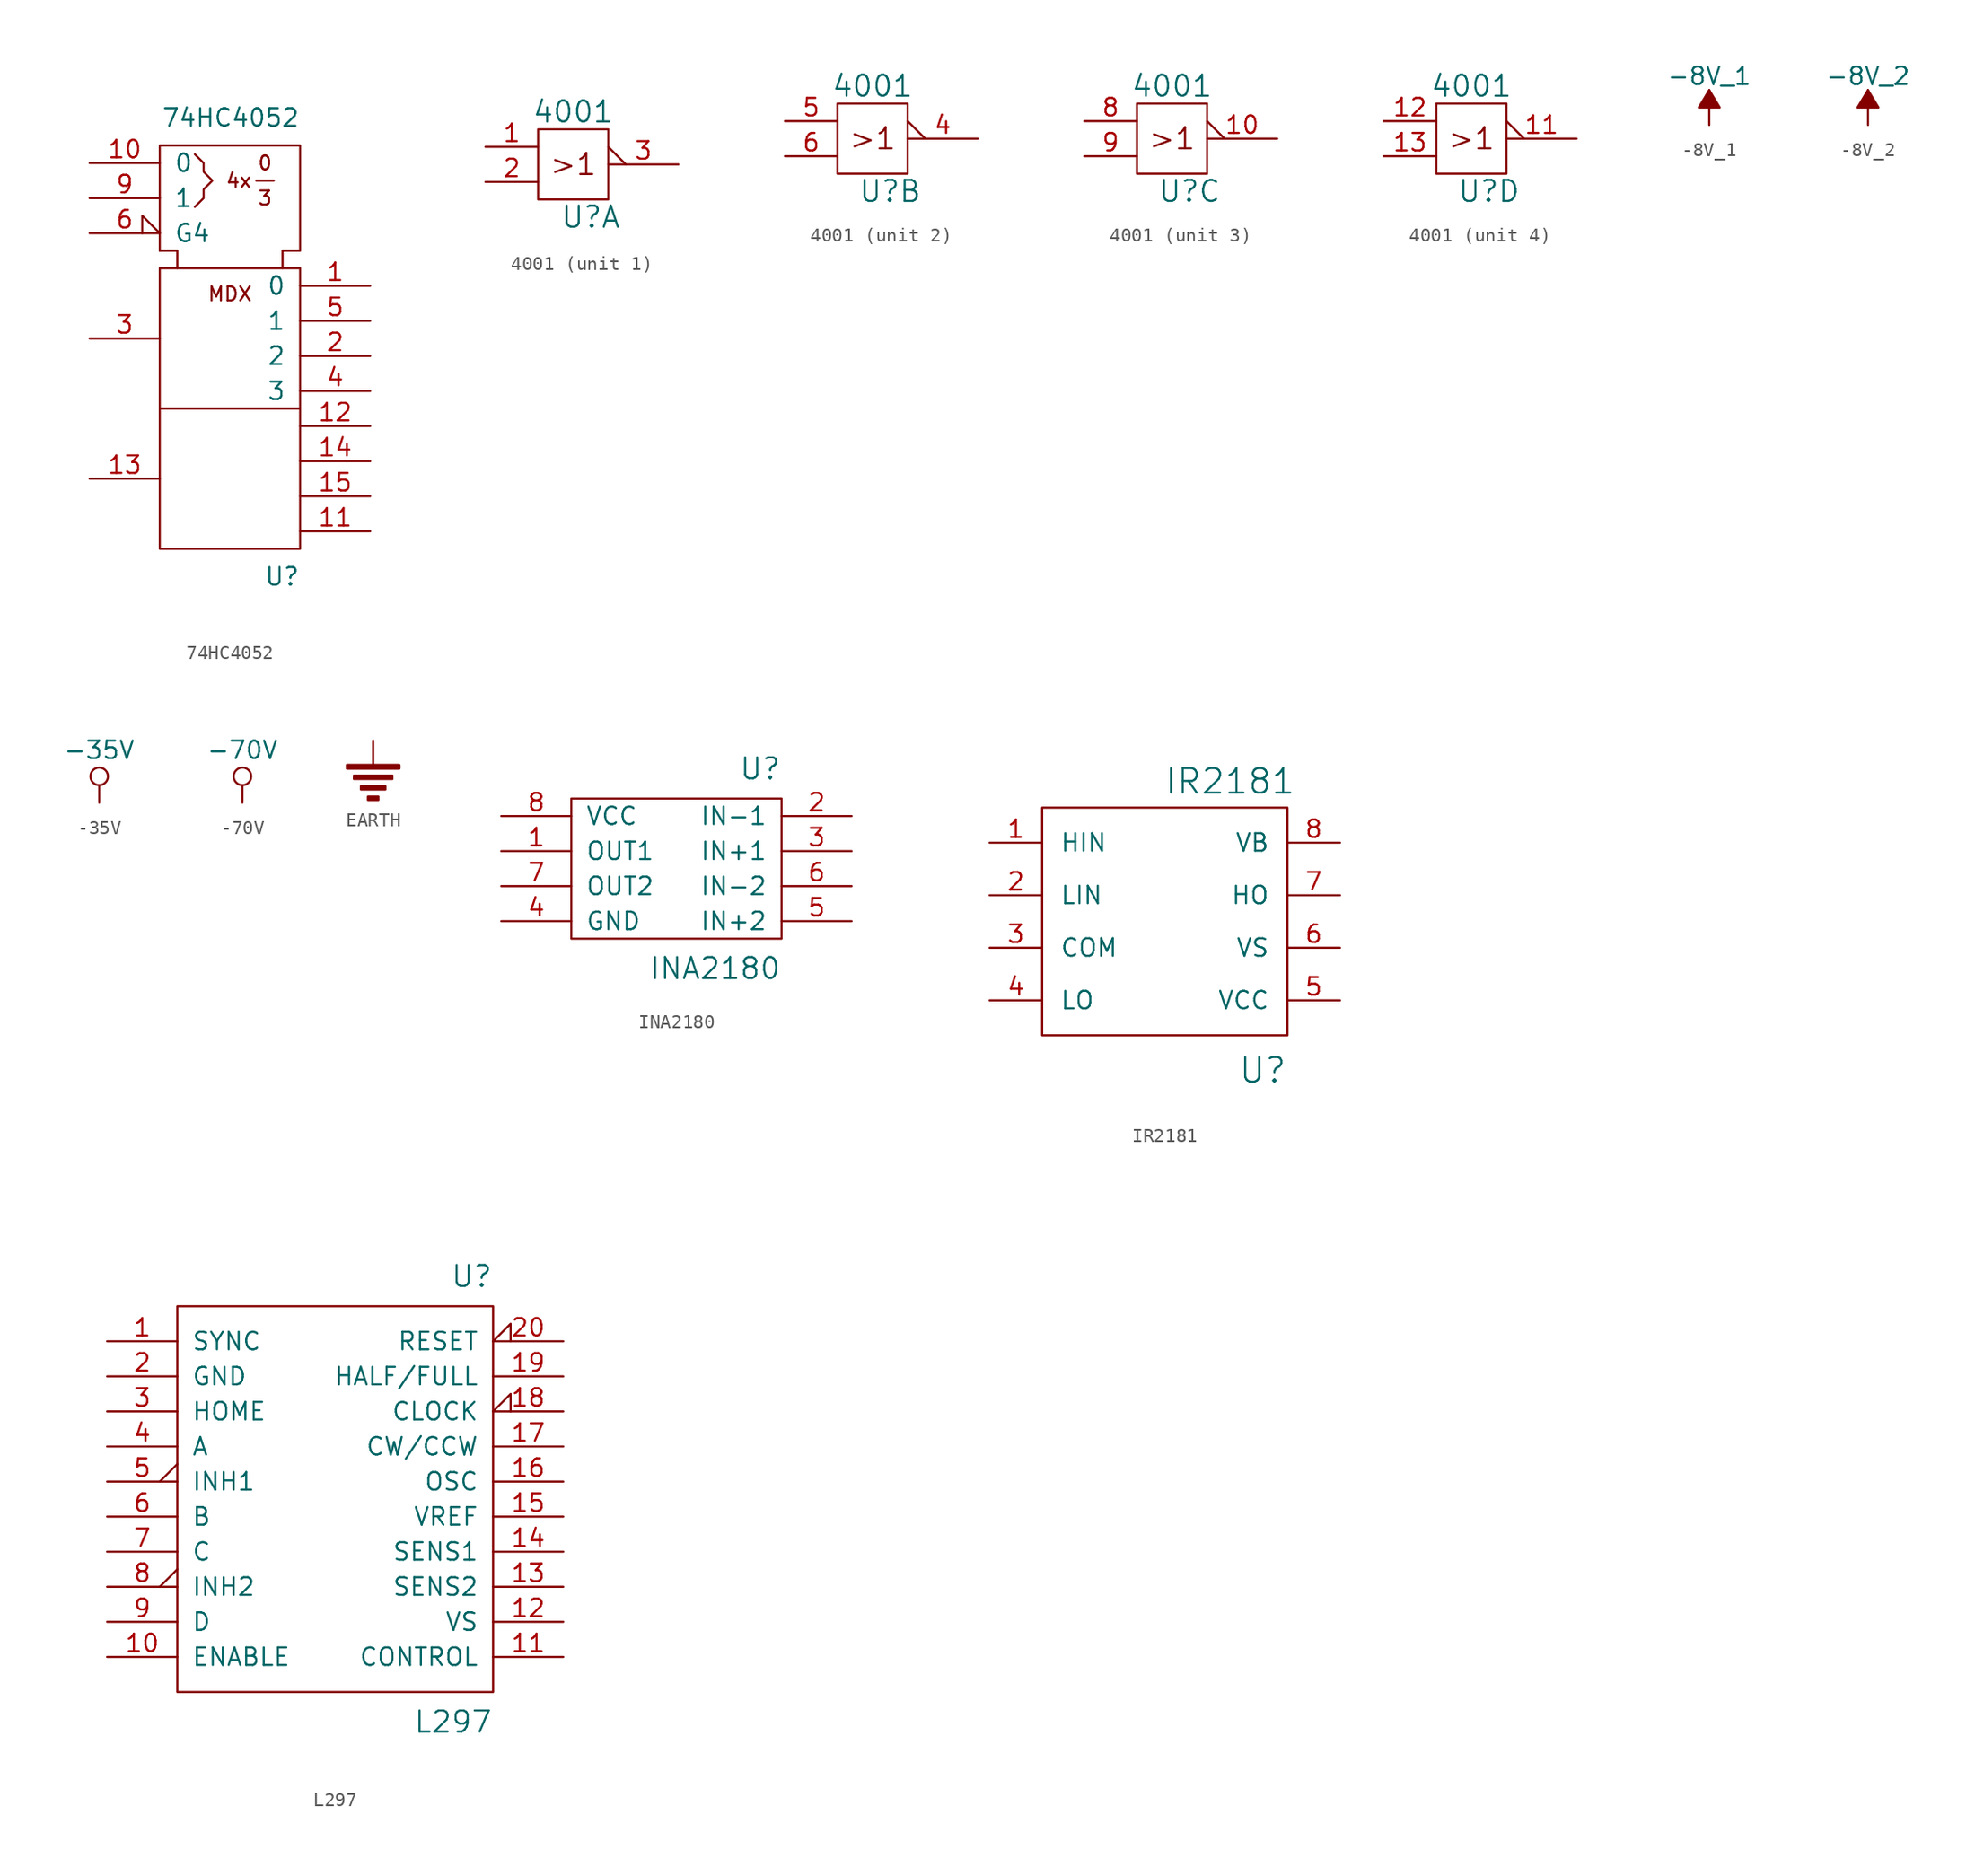
<source format=kicad_sym>
(kicad_symbol_lib
  (version 20211014)
  (generator kicad_symbol_editor)
  (symbol "74HC4052"
    (pin_names
      (offset 1.016))
    (property "Reference" "U"
      (at 5.08 -19.05 0)
      (effects (font (size 1.27 1.27)) (justify right top)))
    (property "Value" "74HC4052"
      (at 5.08 12.7 0)
      (effects (font (size 1.27 1.27)) (justify right bottom)))
    (symbol "74HC4052_0_0"
      (polyline (pts (xy -5.08 -7.62) (xy 5.08 -7.62)) (stroke (width 0) (type default) (color 0 0 0 0)) (fill (type none)))
      (polyline (pts (xy 1.905 8.89) (xy 3.175 8.89)) (stroke (width 0) (type default) (color 0 0 0 0)) (fill (type none)))
      (polyline (pts (xy -2.54 10.795) (xy -1.905 10.16) (xy -1.905 9.525) (xy -1.27 8.89) (xy -1.905 8.255) (xy -1.905 7.62) (xy -2.54 6.985)) (stroke (width 0) (type default) (color 0 0 0 0)) (fill (type none)))
      (text "0" (at 2.54 10.16 0) (effects (font (size 1.016 1.016))))
      (text "3" (at 2.54 7.62 0) (effects (font (size 1.016 1.016))))
      (text "4x" (at 0.635 8.89 0) (effects (font (size 1.016 1.016))))
      (text "MDX" (at 0 1.27 0) (effects (font (size 1.016 1.016)) (justify top))))
    (symbol "74HC4052_0_1"
      (rectangle (start -5.08 2.54) (end 5.08 -17.78) (stroke (width 0) (type default) (color 0 0 0 0)) (fill (type none)))
      (polyline (pts (xy -5.08 3.81) (xy -3.81 3.81) (xy -3.81 2.54)) (stroke (width 0) (type default) (color 0 0 0 0)) (fill (type none)))
      (polyline (pts (xy -5.08 3.81) (xy -5.08 11.43) (xy 5.08 11.43) (xy 5.08 3.81) (xy 3.81 3.81) (xy 3.81 2.54)) (stroke (width 0) (type default) (color 0 0 0 0)) (fill (type none))))
    (symbol "74HC4052_1_1"
      (pin bidirectional line (at 10.16 1.27 180) (length 5.08) (name "0" (effects (font (size 1.27 1.27)))) (number "1" (effects (font (size 1.27 1.27)))))
      (pin input line (at -10.16 10.16 0) (length 5.08) (name "0" (effects (font (size 1.27 1.27)))) (number "10" (effects (font (size 1.27 1.27)))))
      (pin bidirectional line (at 10.16 -16.51 180) (length 5.08) (name "~" (effects (font (size 1.27 1.27)))) (number "11" (effects (font (size 1.27 1.27)))))
      (pin bidirectional line (at 10.16 -8.89 180) (length 5.08) (name "~" (effects (font (size 1.27 1.27)))) (number "12" (effects (font (size 1.27 1.27)))))
      (pin bidirectional line (at -10.16 -12.7 0) (length 5.08) (name "~" (effects (font (size 1.27 1.27)))) (number "13" (effects (font (size 1.27 1.27)))))
      (pin bidirectional line (at 10.16 -11.43 180) (length 5.08) (name "~" (effects (font (size 1.27 1.27)))) (number "14" (effects (font (size 1.27 1.27)))))
      (pin bidirectional line (at 10.16 -13.97 180) (length 5.08) (name "~" (effects (font (size 1.27 1.27)))) (number "15" (effects (font (size 1.27 1.27)))))
      (pin power_in line (at -5.08 -5.08 0) (length 0) hide (name "VDD" (effects (font (size 1.27 1.27)))) (number "16" (effects (font (size 1.27 1.27)))))
      (pin bidirectional line (at 10.16 -3.81 180) (length 5.08) (name "2" (effects (font (size 1.27 1.27)))) (number "2" (effects (font (size 1.27 1.27)))))
      (pin bidirectional line (at -10.16 -2.54 0) (length 5.08) (name "~" (effects (font (size 1.27 1.27)))) (number "3" (effects (font (size 1.27 1.27)))))
      (pin bidirectional line (at 10.16 -6.35 180) (length 5.08) (name "3" (effects (font (size 1.27 1.27)))) (number "4" (effects (font (size 1.27 1.27)))))
      (pin bidirectional line (at 10.16 -1.27 180) (length 5.08) (name "1" (effects (font (size 1.27 1.27)))) (number "5" (effects (font (size 1.27 1.27)))))
      (pin input input_low (at -10.16 5.08 0) (length 5.08) (name "G4" (effects (font (size 1.27 1.27)))) (number "6" (effects (font (size 1.27 1.27)))))
      (pin power_out line (at -5.08 -9.525 0) (length 0) hide (name "VEE" (effects (font (size 1.27 1.27)))) (number "7" (effects (font (size 1.27 1.27)))))
      (pin power_out line (at -5.08 -15.24 0) (length 0) hide (name "VSS" (effects (font (size 1.27 1.27)))) (number "8" (effects (font (size 1.27 1.27)))))
      (pin input line (at -10.16 7.62 0) (length 5.08) (name "1" (effects (font (size 1.27 1.27)))) (number "9" (effects (font (size 1.27 1.27)))))))
  (symbol "4001"
    (pin_names
      (offset 1.016) hide)
    (property "Reference" "U"
      (at 1.27 -3.81 0)
      (effects (font (size 1.524 1.524))))
    (property "Value" "4001"
      (at 0 3.81 0)
      (effects (font (size 1.524 1.524))))
    (property "Footprint" ""
      (at 0 0 0)
      (effects (font (size 1.524 1.524))))
    (property "Datasheet" ""
      (at 0 0 0)
      (effects (font (size 1.524 1.524))))
    (symbol "4001_0_0"
      (text ">1" (at 0 0 0) (effects (font (size 1.524 1.524)))))
    (symbol "4001_0_1"
      (rectangle (start -2.54 2.54) (end 2.54 -2.54) (stroke (width 0) (type default) (color 0 0 0 0)) (fill (type none))))
    (symbol "4001_1_1"
      (pin input line (at -6.35 1.27 0) (length 3.81) (name "I7" (effects (font (size 1.27 1.27)))) (number "1" (effects (font (size 1.27 1.27)))))
      (pin power_in line (at -2.54 6.35 180) (length 0) hide (name "VDD" (effects (font (size 1.27 1.27)))) (number "14" (effects (font (size 1.27 1.27)))))
      (pin input line (at -6.35 -1.27 0) (length 3.81) (name "I8" (effects (font (size 1.27 1.27)))) (number "2" (effects (font (size 1.27 1.27)))))
      (pin input output_low (at 7.62 0 180) (length 5.08) (name "O4" (effects (font (size 1.27 1.27)))) (number "3" (effects (font (size 1.27 1.27)))))
      (pin power_in line (at 2.54 6.35 180) (length 0) hide (name "VSS" (effects (font (size 1.27 1.27)))) (number "7" (effects (font (size 1.27 1.27))))))
    (symbol "4001_2_1"
      (pin input output_low (at 7.62 0 180) (length 5.08) (name "O4" (effects (font (size 1.27 1.27)))) (number "4" (effects (font (size 1.27 1.27)))))
      (pin input line (at -6.35 1.27 0) (length 3.81) (name "I7" (effects (font (size 1.27 1.27)))) (number "5" (effects (font (size 1.27 1.27)))))
      (pin input line (at -6.35 -1.27 0) (length 3.81) (name "I8" (effects (font (size 1.27 1.27)))) (number "6" (effects (font (size 1.27 1.27))))))
    (symbol "4001_3_1"
      (pin input output_low (at 7.62 0 180) (length 5.08) (name "O4" (effects (font (size 1.27 1.27)))) (number "10" (effects (font (size 1.27 1.27)))))
      (pin input line (at -6.35 1.27 0) (length 3.81) (name "I7" (effects (font (size 1.27 1.27)))) (number "8" (effects (font (size 1.27 1.27)))))
      (pin input line (at -6.35 -1.27 0) (length 3.81) (name "I8" (effects (font (size 1.27 1.27)))) (number "9" (effects (font (size 1.27 1.27))))))
    (symbol "4001_4_1"
      (pin input output_low (at 7.62 0 180) (length 5.08) (name "O4" (effects (font (size 1.27 1.27)))) (number "11" (effects (font (size 1.27 1.27)))))
      (pin input line (at -6.35 1.27 0) (length 3.81) (name "I7" (effects (font (size 1.27 1.27)))) (number "12" (effects (font (size 1.27 1.27)))))
      (pin input line (at -6.35 -1.27 0) (length 3.81) (name "I8" (effects (font (size 1.27 1.27)))) (number "13" (effects (font (size 1.27 1.27)))))))
  (symbol "-8V_1"
    (power)
    (pin_names
      (offset 0))
    (property "Reference" "#PWR"
      (at 0 -3.81 0)
      (effects (font (size 1.27 1.27)) hide))
    (property "Value" "-8V_1"
      (at 0 3.556 0)
      (effects (font (size 1.27 1.27))))
    (symbol "-8V_1_0_1"
      (polyline (pts (xy 0 0) (xy 0 2.54)) (stroke (width 0) (type default) (color 0 0 0 0)) (fill (type none)))
      (polyline (pts (xy -0.762 1.27) (xy 0.762 1.27) (xy 0 2.54) (xy -0.762 1.27)) (stroke (width 0) (type default) (color 0 0 0 0)) (fill (type outline))))
    (symbol "-8V_1_1_1"
      (pin power_in line (at 0 0 90) (length 0) hide (name "-8V_1" (effects (font (size 1.27 1.27)))) (number "1" (effects (font (size 1.27 1.27)))))))
  (symbol "-8V_2"
    (power)
    (pin_names
      (offset 0))
    (property "Reference" "#PWR"
      (at 0 -3.81 0)
      (effects (font (size 1.27 1.27)) hide))
    (property "Value" "-8V_2"
      (at 0 3.556 0)
      (effects (font (size 1.27 1.27))))
    (symbol "-8V_2_0_1"
      (polyline (pts (xy 0 0) (xy 0 2.54)) (stroke (width 0) (type default) (color 0 0 0 0)) (fill (type none)))
      (polyline (pts (xy -0.762 1.27) (xy 0.762 1.27) (xy 0 2.54) (xy -0.762 1.27)) (stroke (width 0) (type default) (color 0 0 0 0)) (fill (type outline))))
    (symbol "-8V_2_1_1"
      (pin power_in line (at 0 0 90) (length 0) hide (name "-8V_2" (effects (font (size 1.27 1.27)))) (number "1" (effects (font (size 1.27 1.27)))))))
  (symbol "-35V"
    (power)
    (pin_numbers hide)
    (pin_names
      (offset 0))
    (property "Reference" "#PWR"
      (at 0 -1.27 0)
      (effects (font (size 0.508 0.508)) hide))
    (property "Value" "-35V"
      (at 0 3.81 0)
      (effects (font (size 1.27 1.27))))
    (property "Footprint" ""
      (at 0 0 0)
      (effects (font (size 1.524 1.524))))
    (property "Datasheet" ""
      (at 0 0 0)
      (effects (font (size 1.524 1.524))))
    (symbol "-35V_0_0"
      (pin power_in line (at 0 0 90) (length 0) hide (name "-35V" (effects (font (size 0.762 0.762)))) (number "1" (effects (font (size 0.508 0.508))))))
    (symbol "-35V_0_1"
      (polyline (pts (xy 0 0) (xy 0 1.27)) (stroke (width 0) (type default) (color 0 0 0 0)) (fill (type none)))
      (circle (center 0 1.905) (radius 0.635) (stroke (width 0) (type default) (color 0 0 0 0)) (fill (type none)))))
  (symbol "-70V"
    (power)
    (pin_numbers hide)
    (pin_names
      (offset 0))
    (property "Reference" "#PWR"
      (at 0 -1.27 0)
      (effects (font (size 0.508 0.508)) hide))
    (property "Value" "-70V"
      (at 0 3.81 0)
      (effects (font (size 1.27 1.27))))
    (property "Footprint" ""
      (at 0 0 0)
      (effects (font (size 1.524 1.524))))
    (property "Datasheet" ""
      (at 0 0 0)
      (effects (font (size 1.524 1.524))))
    (symbol "-70V_0_0"
      (pin power_in line (at 0 0 90) (length 0) hide (name "-70V" (effects (font (size 0.762 0.762)))) (number "1" (effects (font (size 0.508 0.508))))))
    (symbol "-70V_0_1"
      (polyline (pts (xy 0 0) (xy 0 1.27)) (stroke (width 0) (type default) (color 0 0 0 0)) (fill (type none)))
      (circle (center 0 1.905) (radius 0.635) (stroke (width 0) (type default) (color 0 0 0 0)) (fill (type none)))))
  (symbol "EARTH"
    (power)
    (pin_numbers hide)
    (pin_names
      (offset 0))
    (property "Reference" "#PWR"
      (at 0 -1.27 0)
      (effects (font (size 0.508 0.508)) hide))
    (property "Footprint" ""
      (at 0 0 0)
      (effects (font (size 1.524 1.524))))
    (property "Datasheet" ""
      (at 0 0 0)
      (effects (font (size 1.524 1.524))))
    (symbol "EARTH_0_0"
      (pin passive line (at 0 0 90) (length 0) hide (name "EARTH" (effects (font (size 0.762 0.762)))) (number "1" (effects (font (size 0.508 0.508))))))
    (symbol "EARTH_0_1"
      (rectangle (start -1.905 -1.778) (end 1.905 -2.032) (stroke (width 0) (type default) (color 0 0 0 0)) (fill (type outline)))
      (rectangle (start -1.905 -1.778) (end 1.905 -2.032) (stroke (width 0) (type default) (color 0 0 0 0)) (fill (type outline)))
      (rectangle (start -1.397 -2.54) (end 1.397 -2.794) (stroke (width 0) (type default) (color 0 0 0 0)) (fill (type outline)))
      (rectangle (start -0.889 -3.302) (end 0.889 -3.556) (stroke (width 0) (type default) (color 0 0 0 0)) (fill (type outline)))
      (rectangle (start -0.381 -4.064) (end 0.381 -4.318) (stroke (width 0) (type default) (color 0 0 0 0)) (fill (type outline)))
      (polyline (pts (xy 0 -1.905) (xy 0 0)) (stroke (width 0) (type default) (color 0 0 0 0)) (fill (type none)))))
  (symbol "INA2180"
    (pin_names
      (offset 1.016))
    (property "Reference" "U"
      (at 7.62 6.35 0)
      (effects (font (size 1.524 1.524)) (justify right bottom)))
    (property "Value" "INA2180"
      (at 7.62 -6.35 0)
      (effects (font (size 1.524 1.524)) (justify right top)))
    (symbol "INA2180_0_1"
      (rectangle (start -7.62 5.08) (end 7.62 -5.08) (stroke (width 0) (type default) (color 0 0 0 0)) (fill (type none))))
    (symbol "INA2180_1_1"
      (pin output line (at -12.7 1.27 0) (length 5.08) (name "OUT1" (effects (font (size 1.27 1.27)))) (number "1" (effects (font (size 1.27 1.27)))))
      (pin input line (at 12.7 3.81 180) (length 5.08) (name "IN-1" (effects (font (size 1.27 1.27)))) (number "2" (effects (font (size 1.27 1.27)))))
      (pin input line (at 12.7 1.27 180) (length 5.08) (name "IN+1" (effects (font (size 1.27 1.27)))) (number "3" (effects (font (size 1.27 1.27)))))
      (pin power_out line (at -12.7 -3.81 0) (length 5.08) (name "GND" (effects (font (size 1.27 1.27)))) (number "4" (effects (font (size 1.27 1.27)))))
      (pin input line (at 12.7 -3.81 180) (length 5.08) (name "IN+2" (effects (font (size 1.27 1.27)))) (number "5" (effects (font (size 1.27 1.27)))))
      (pin input line (at 12.7 -1.27 180) (length 5.08) (name "IN-2" (effects (font (size 1.27 1.27)))) (number "6" (effects (font (size 1.27 1.27)))))
      (pin output line (at -12.7 -1.27 0) (length 5.08) (name "OUT2" (effects (font (size 1.27 1.27)))) (number "7" (effects (font (size 1.27 1.27)))))
      (pin power_in line (at -12.7 3.81 0) (length 5.08) (name "VCC" (effects (font (size 1.27 1.27)))) (number "8" (effects (font (size 1.27 1.27)))))))
  (symbol "IR2181"
    (pin_names
      (offset 1.27))
    (property "Reference" "U"
      (at 8.89 -11.43 0)
      (effects (font (size 1.778 1.778)) (justify right)))
    (property "Value" "IR2181"
      (at 9.525 9.525 0)
      (effects (font (size 1.778 1.778)) (justify right)))
    (property "Footprint" ""
      (at 0 0 0)
      (effects (font (size 1.524 1.524))))
    (property "Datasheet" ""
      (at 0 0 0)
      (effects (font (size 1.524 1.524))))
    (symbol "IR2181_0_1"
      (rectangle (start -8.89 -8.89) (end 8.89 7.62) (stroke (width 0) (type default) (color 0 0 0 0)) (fill (type none))))
    (symbol "IR2181_1_1"
      (pin input line (at -12.7 5.08 0) (length 3.81) (name "HIN" (effects (font (size 1.27 1.27)))) (number "1" (effects (font (size 1.27 1.27)))))
      (pin input line (at -12.7 1.27 0) (length 3.81) (name "LIN" (effects (font (size 1.27 1.27)))) (number "2" (effects (font (size 1.27 1.27)))))
      (pin power_in line (at -12.7 -2.54 0) (length 3.81) (name "COM" (effects (font (size 1.27 1.27)))) (number "3" (effects (font (size 1.27 1.27)))))
      (pin output line (at -12.7 -6.35 0) (length 3.81) (name "LO" (effects (font (size 1.27 1.27)))) (number "4" (effects (font (size 1.27 1.27)))))
      (pin power_in line (at 12.7 -6.35 180) (length 3.81) (name "VCC" (effects (font (size 1.27 1.27)))) (number "5" (effects (font (size 1.27 1.27)))))
      (pin power_in line (at 12.7 -2.54 180) (length 3.81) (name "VS" (effects (font (size 1.27 1.27)))) (number "6" (effects (font (size 1.27 1.27)))))
      (pin output line (at 12.7 1.27 180) (length 3.81) (name "HO" (effects (font (size 1.27 1.27)))) (number "7" (effects (font (size 1.27 1.27)))))
      (pin power_in line (at 12.7 5.08 180) (length 3.81) (name "VB" (effects (font (size 1.27 1.27)))) (number "8" (effects (font (size 1.27 1.27)))))))
  (symbol "L297"
    (pin_names
      (offset 1.016))
    (property "Reference" "U"
      (at 13.97 15.24 0)
      (effects (font (size 1.524 1.524)) (justify right bottom)))
    (property "Value" "L297"
      (at 13.97 -15.24 0)
      (effects (font (size 1.524 1.524)) (justify right top)))
    (symbol "L297_0_1"
      (rectangle (start -8.89 13.97) (end 13.97 -13.97) (stroke (width 0) (type default) (color 0 0 0 0)) (fill (type none))))
    (symbol "L297_1_1"
      (pin input line (at -13.97 11.43 0) (length 5.08) (name "SYNC" (effects (font (size 1.27 1.27)))) (number "1" (effects (font (size 1.27 1.27)))))
      (pin input line (at -13.97 -11.43 0) (length 5.08) (name "ENABLE" (effects (font (size 1.27 1.27)))) (number "10" (effects (font (size 1.27 1.27)))))
      (pin input line (at 19.05 -11.43 180) (length 5.08) (name "CONTROL" (effects (font (size 1.27 1.27)))) (number "11" (effects (font (size 1.27 1.27)))))
      (pin power_in line (at 19.05 -8.89 180) (length 5.08) (name "VS" (effects (font (size 1.27 1.27)))) (number "12" (effects (font (size 1.27 1.27)))))
      (pin input line (at 19.05 -6.35 180) (length 5.08) (name "SENS2" (effects (font (size 1.27 1.27)))) (number "13" (effects (font (size 1.27 1.27)))))
      (pin input line (at 19.05 -3.81 180) (length 5.08) (name "SENS1" (effects (font (size 1.27 1.27)))) (number "14" (effects (font (size 1.27 1.27)))))
      (pin input line (at 19.05 -1.27 180) (length 5.08) (name "VREF" (effects (font (size 1.27 1.27)))) (number "15" (effects (font (size 1.27 1.27)))))
      (pin input line (at 19.05 1.27 180) (length 5.08) (name "OSC" (effects (font (size 1.27 1.27)))) (number "16" (effects (font (size 1.27 1.27)))))
      (pin input line (at 19.05 3.81 180) (length 5.08) (name "CW/CCW" (effects (font (size 1.27 1.27)))) (number "17" (effects (font (size 1.27 1.27)))))
      (pin input input_low (at 19.05 6.35 180) (length 5.08) (name "CLOCK" (effects (font (size 1.27 1.27)))) (number "18" (effects (font (size 1.27 1.27)))))
      (pin input line (at 19.05 8.89 180) (length 5.08) (name "HALF/FULL" (effects (font (size 1.27 1.27)))) (number "19" (effects (font (size 1.27 1.27)))))
      (pin power_out line (at -13.97 8.89 0) (length 5.08) (name "GND" (effects (font (size 1.27 1.27)))) (number "2" (effects (font (size 1.27 1.27)))))
      (pin input input_low (at 19.05 11.43 180) (length 5.08) (name "RESET" (effects (font (size 1.27 1.27)))) (number "20" (effects (font (size 1.27 1.27)))))
      (pin output line (at -13.97 6.35 0) (length 5.08) (name "HOME" (effects (font (size 1.27 1.27)))) (number "3" (effects (font (size 1.27 1.27)))))
      (pin output line (at -13.97 3.81 0) (length 5.08) (name "A" (effects (font (size 1.27 1.27)))) (number "4" (effects (font (size 1.27 1.27)))))
      (pin output output_low (at -13.97 1.27 0) (length 5.08) (name "INH1" (effects (font (size 1.27 1.27)))) (number "5" (effects (font (size 1.27 1.27)))))
      (pin output line (at -13.97 -1.27 0) (length 5.08) (name "B" (effects (font (size 1.27 1.27)))) (number "6" (effects (font (size 1.27 1.27)))))
      (pin output line (at -13.97 -3.81 0) (length 5.08) (name "C" (effects (font (size 1.27 1.27)))) (number "7" (effects (font (size 1.27 1.27)))))
      (pin output output_low (at -13.97 -6.35 0) (length 5.08) (name "INH2" (effects (font (size 1.27 1.27)))) (number "8" (effects (font (size 1.27 1.27)))))
      (pin output line (at -13.97 -8.89 0) (length 5.08) (name "D" (effects (font (size 1.27 1.27)))) (number "9" (effects (font (size 1.27 1.27))))))))
</source>
